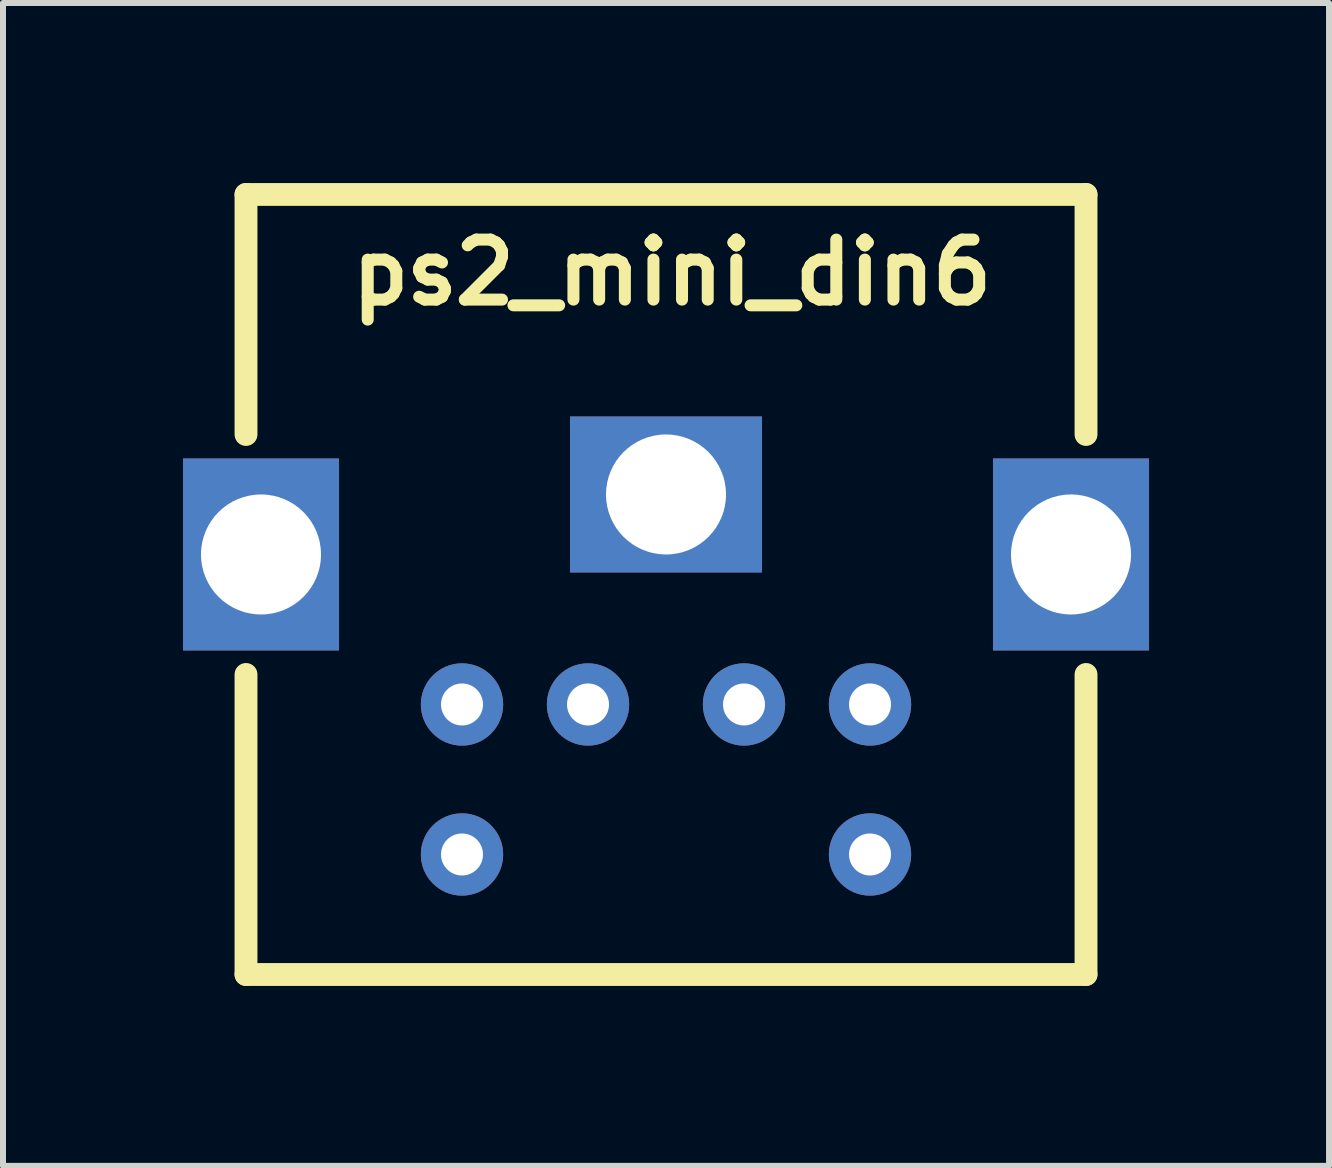
<source format=kicad_pcb>
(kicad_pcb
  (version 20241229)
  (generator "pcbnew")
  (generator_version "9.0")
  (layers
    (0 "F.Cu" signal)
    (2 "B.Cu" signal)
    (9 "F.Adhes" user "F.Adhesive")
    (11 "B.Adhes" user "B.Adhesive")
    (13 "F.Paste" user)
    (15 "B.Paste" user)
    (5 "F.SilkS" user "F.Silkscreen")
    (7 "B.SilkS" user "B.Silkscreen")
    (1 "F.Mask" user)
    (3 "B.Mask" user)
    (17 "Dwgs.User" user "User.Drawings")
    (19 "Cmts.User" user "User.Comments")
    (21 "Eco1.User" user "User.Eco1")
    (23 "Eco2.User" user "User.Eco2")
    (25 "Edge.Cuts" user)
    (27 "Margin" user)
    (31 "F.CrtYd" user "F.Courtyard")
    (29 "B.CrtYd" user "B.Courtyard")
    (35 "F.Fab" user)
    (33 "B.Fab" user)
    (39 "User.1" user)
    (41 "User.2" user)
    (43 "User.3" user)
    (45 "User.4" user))
  (footprint "ps2_mini_din6"
    (layer "F.Cu")
    (at 8.05 6.191)
    (property "Reference" "ps2_mini_din6" (at 0.1 -4.7 180) (layer "F.SilkS") (effects (font (size 1 1) (thickness 0.2) (bold yes))))
    (fp_line (start -7 -6) (end 7 -6) (stroke (width 0.381) (type solid)) (layer "F.SilkS"))
    (fp_line (start -7 -2) (end -7 -6) (stroke (width 0.381) (type solid)) (layer "F.SilkS"))
    (fp_line (start -7 7) (end -7 2) (stroke (width 0.381) (type solid)) (layer "F.SilkS"))
    (fp_line (start -7 7) (end 7 7) (stroke (width 0.381) (type solid)) (layer "F.SilkS"))
    (fp_line (start 7 -2) (end 7 -6) (stroke (width 0.381) (type solid)) (layer "F.SilkS"))
    (fp_line (start 7 7) (end 7 2) (stroke (width 0.381) (type solid)) (layer "F.SilkS"))
    (pad "1" thru_hole circle (at 1.3 2.5 180) (size 1.372 1.372) (drill 0.7) (layers "*.Cu" "*.Mask"))
    (pad "2" thru_hole circle (at -1.3 2.5 180) (size 1.372 1.372) (drill 0.7) (layers "*.Cu" "*.Mask"))
    (pad "3" thru_hole circle (at 3.4 2.5 180) (size 1.372 1.372) (drill 0.7) (layers "*.Cu" "*.Mask"))
    (pad "4" thru_hole circle (at -3.4 2.5 180) (size 1.372 1.372) (drill 0.7) (layers "*.Cu" "*.Mask"))
    (pad "5" thru_hole circle (at 3.4 5 180) (size 1.372 1.372) (drill 0.7) (layers "*.Cu" "*.Mask"))
    (pad "6" thru_hole circle (at -3.4 5 180) (size 1.372 1.372) (drill 0.7) (layers "*.Cu" "*.Mask"))
    (pad "GND" thru_hole rect (at -6.75 0 180) (size 2.6 3.2) (drill 2) (layers "*.Cu" "*.Mask"))
    (pad "GND" thru_hole rect (at 0 -1 180) (size 3.2 2.6) (drill 2) (layers "*.Cu" "*.Mask"))
    (pad "GND" thru_hole rect (at 6.75 0 180) (size 2.6 3.2) (drill 2) (layers "*.Cu" "*.Mask")))
  (gr_rect
    (start -3 -3)
    (end 19.1 16.381)
    (stroke (width 0.1) (type default))
    (fill no)
    (layer "Edge.Cuts")))
</source>
